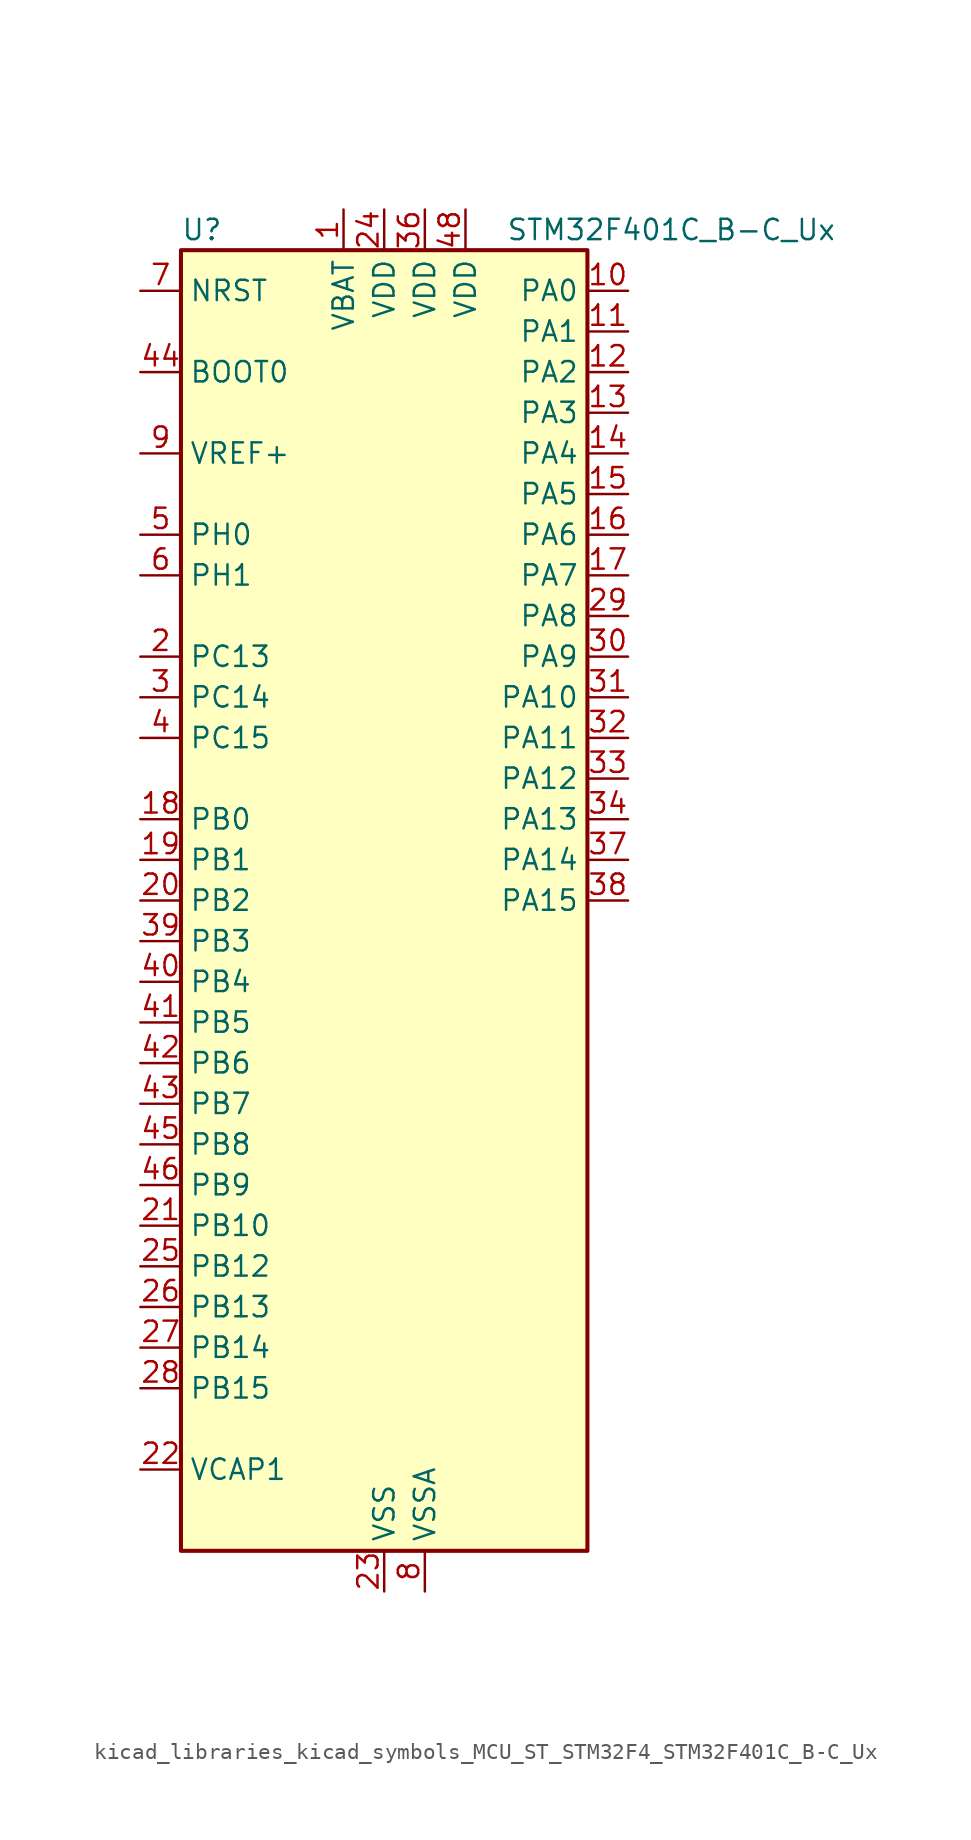
<source format=kicad_sym>
(kicad_symbol_lib
  (version 20220914)
  (generator kicad_symbol_editor)
  (symbol "kicad_libraries_kicad_symbols_MCU_ST_STM32F4_STM32F401C_B-C_Ux"
    (property "Reference" "U"
      (at -12.7 41.91 0)
      (effects (font (size 1.27 1.27)) (justify left)))
    (property "Value" "STM32F401C_B-C_Ux"
      (at 7.62 41.91 0)
      (effects (font (size 1.27 1.27)) (justify left)))
    (property "ki_locked" ""
      (at 0 0 0)
      (effects (font (size 1.27 1.27))))
    (symbol "kicad_libraries_kicad_symbols_MCU_ST_STM32F4_STM32F401C_B-C_Ux_0_1"
      (rectangle (start -12.7 -40.64) (end 12.7 40.64) (stroke (width 0.254) (type default)) (fill (type background))))
    (symbol "kicad_libraries_kicad_symbols_MCU_ST_STM32F4_STM32F401C_B-C_Ux_1_1"
      (pin power_in line (at -2.54 43.18 270) (length 2.54) (name "VBAT" (effects (font (size 1.27 1.27)))) (number "1" (effects (font (size 1.27 1.27)))))
      (pin bidirectional line (at 15.24 38.1 180) (length 2.54) (name "PA0" (effects (font (size 1.27 1.27)))) (number "10" (effects (font (size 1.27 1.27)))) (alternate "ADC1_IN0" bidirectional line) (alternate "SYS_WKUP" bidirectional line) (alternate "TIM2_CH1" bidirectional line) (alternate "TIM2_ETR" bidirectional line) (alternate "TIM5_CH1" bidirectional line) (alternate "USART2_CTS" bidirectional line))
      (pin bidirectional line (at 15.24 35.56 180) (length 2.54) (name "PA1" (effects (font (size 1.27 1.27)))) (number "11" (effects (font (size 1.27 1.27)))) (alternate "ADC1_IN1" bidirectional line) (alternate "TIM2_CH2" bidirectional line) (alternate "TIM5_CH2" bidirectional line) (alternate "USART2_RTS" bidirectional line))
      (pin bidirectional line (at 15.24 33.02 180) (length 2.54) (name "PA2" (effects (font (size 1.27 1.27)))) (number "12" (effects (font (size 1.27 1.27)))) (alternate "ADC1_IN2" bidirectional line) (alternate "TIM2_CH3" bidirectional line) (alternate "TIM5_CH3" bidirectional line) (alternate "TIM9_CH1" bidirectional line) (alternate "USART2_TX" bidirectional line))
      (pin bidirectional line (at 15.24 30.48 180) (length 2.54) (name "PA3" (effects (font (size 1.27 1.27)))) (number "13" (effects (font (size 1.27 1.27)))) (alternate "ADC1_IN3" bidirectional line) (alternate "TIM2_CH4" bidirectional line) (alternate "TIM5_CH4" bidirectional line) (alternate "TIM9_CH2" bidirectional line) (alternate "USART2_RX" bidirectional line))
      (pin bidirectional line (at 15.24 27.94 180) (length 2.54) (name "PA4" (effects (font (size 1.27 1.27)))) (number "14" (effects (font (size 1.27 1.27)))) (alternate "ADC1_IN4" bidirectional line) (alternate "I2S3_WS" bidirectional line) (alternate "SPI1_NSS" bidirectional line) (alternate "SPI3_NSS" bidirectional line) (alternate "USART2_CK" bidirectional line))
      (pin bidirectional line (at 15.24 25.4 180) (length 2.54) (name "PA5" (effects (font (size 1.27 1.27)))) (number "15" (effects (font (size 1.27 1.27)))) (alternate "ADC1_IN5" bidirectional line) (alternate "SPI1_SCK" bidirectional line) (alternate "TIM2_CH1" bidirectional line) (alternate "TIM2_ETR" bidirectional line))
      (pin bidirectional line (at 15.24 22.86 180) (length 2.54) (name "PA6" (effects (font (size 1.27 1.27)))) (number "16" (effects (font (size 1.27 1.27)))) (alternate "ADC1_IN6" bidirectional line) (alternate "SPI1_MISO" bidirectional line) (alternate "TIM1_BKIN" bidirectional line) (alternate "TIM3_CH1" bidirectional line))
      (pin bidirectional line (at 15.24 20.32 180) (length 2.54) (name "PA7" (effects (font (size 1.27 1.27)))) (number "17" (effects (font (size 1.27 1.27)))) (alternate "ADC1_IN7" bidirectional line) (alternate "SPI1_MOSI" bidirectional line) (alternate "TIM1_CH1N" bidirectional line) (alternate "TIM3_CH2" bidirectional line))
      (pin bidirectional line (at -15.24 5.08 0) (length 2.54) (name "PB0" (effects (font (size 1.27 1.27)))) (number "18" (effects (font (size 1.27 1.27)))) (alternate "ADC1_IN8" bidirectional line) (alternate "TIM1_CH2N" bidirectional line) (alternate "TIM3_CH3" bidirectional line))
      (pin bidirectional line (at -15.24 2.54 0) (length 2.54) (name "PB1" (effects (font (size 1.27 1.27)))) (number "19" (effects (font (size 1.27 1.27)))) (alternate "ADC1_IN9" bidirectional line) (alternate "TIM1_CH3N" bidirectional line) (alternate "TIM3_CH4" bidirectional line))
      (pin bidirectional line (at -15.24 15.24 0) (length 2.54) (name "PC13" (effects (font (size 1.27 1.27)))) (number "2" (effects (font (size 1.27 1.27)))) (alternate "RTC_AF1" bidirectional line))
      (pin bidirectional line (at -15.24 0 0) (length 2.54) (name "PB2" (effects (font (size 1.27 1.27)))) (number "20" (effects (font (size 1.27 1.27)))))
      (pin bidirectional line (at -15.24 -20.32 0) (length 2.54) (name "PB10" (effects (font (size 1.27 1.27)))) (number "21" (effects (font (size 1.27 1.27)))) (alternate "I2C2_SCL" bidirectional line) (alternate "I2S2_CK" bidirectional line) (alternate "SPI2_SCK" bidirectional line) (alternate "TIM2_CH3" bidirectional line))
      (pin power_out line (at -15.24 -35.56 0) (length 2.54) (name "VCAP1" (effects (font (size 1.27 1.27)))) (number "22" (effects (font (size 1.27 1.27)))))
      (pin power_in line (at 0 -43.18 90) (length 2.54) (name "VSS" (effects (font (size 1.27 1.27)))) (number "23" (effects (font (size 1.27 1.27)))))
      (pin power_in line (at 0 43.18 270) (length 2.54) (name "VDD" (effects (font (size 1.27 1.27)))) (number "24" (effects (font (size 1.27 1.27)))))
      (pin bidirectional line (at -15.24 -22.86 0) (length 2.54) (name "PB12" (effects (font (size 1.27 1.27)))) (number "25" (effects (font (size 1.27 1.27)))) (alternate "I2C2_SMBA" bidirectional line) (alternate "I2S2_WS" bidirectional line) (alternate "SPI2_NSS" bidirectional line) (alternate "TIM1_BKIN" bidirectional line))
      (pin bidirectional line (at -15.24 -25.4 0) (length 2.54) (name "PB13" (effects (font (size 1.27 1.27)))) (number "26" (effects (font (size 1.27 1.27)))) (alternate "I2S2_CK" bidirectional line) (alternate "SPI2_SCK" bidirectional line) (alternate "TIM1_CH1N" bidirectional line))
      (pin bidirectional line (at -15.24 -27.94 0) (length 2.54) (name "PB14" (effects (font (size 1.27 1.27)))) (number "27" (effects (font (size 1.27 1.27)))) (alternate "I2S2_ext_SD" bidirectional line) (alternate "SPI2_MISO" bidirectional line) (alternate "TIM1_CH2N" bidirectional line))
      (pin bidirectional line (at -15.24 -30.48 0) (length 2.54) (name "PB15" (effects (font (size 1.27 1.27)))) (number "28" (effects (font (size 1.27 1.27)))) (alternate "ADC1_EXTI15" bidirectional line) (alternate "I2S2_SD" bidirectional line) (alternate "RTC_REFIN" bidirectional line) (alternate "SPI2_MOSI" bidirectional line) (alternate "TIM1_CH3N" bidirectional line))
      (pin bidirectional line (at 15.24 17.78 180) (length 2.54) (name "PA8" (effects (font (size 1.27 1.27)))) (number "29" (effects (font (size 1.27 1.27)))) (alternate "I2C3_SCL" bidirectional line) (alternate "RCC_MCO_1" bidirectional line) (alternate "TIM1_CH1" bidirectional line) (alternate "USART1_CK" bidirectional line) (alternate "USB_OTG_FS_SOF" bidirectional line))
      (pin bidirectional line (at -15.24 12.7 0) (length 2.54) (name "PC14" (effects (font (size 1.27 1.27)))) (number "3" (effects (font (size 1.27 1.27)))) (alternate "RCC_OSC32_IN" bidirectional line))
      (pin bidirectional line (at 15.24 15.24 180) (length 2.54) (name "PA9" (effects (font (size 1.27 1.27)))) (number "30" (effects (font (size 1.27 1.27)))) (alternate "I2C3_SMBA" bidirectional line) (alternate "TIM1_CH2" bidirectional line) (alternate "USART1_TX" bidirectional line) (alternate "USB_OTG_FS_VBUS" bidirectional line))
      (pin bidirectional line (at 15.24 12.7 180) (length 2.54) (name "PA10" (effects (font (size 1.27 1.27)))) (number "31" (effects (font (size 1.27 1.27)))) (alternate "TIM1_CH3" bidirectional line) (alternate "USART1_RX" bidirectional line) (alternate "USB_OTG_FS_ID" bidirectional line))
      (pin bidirectional line (at 15.24 10.16 180) (length 2.54) (name "PA11" (effects (font (size 1.27 1.27)))) (number "32" (effects (font (size 1.27 1.27)))) (alternate "ADC1_EXTI11" bidirectional line) (alternate "TIM1_CH4" bidirectional line) (alternate "USART1_CTS" bidirectional line) (alternate "USART6_TX" bidirectional line) (alternate "USB_OTG_FS_DM" bidirectional line))
      (pin bidirectional line (at 15.24 7.62 180) (length 2.54) (name "PA12" (effects (font (size 1.27 1.27)))) (number "33" (effects (font (size 1.27 1.27)))) (alternate "TIM1_ETR" bidirectional line) (alternate "USART1_RTS" bidirectional line) (alternate "USART6_RX" bidirectional line) (alternate "USB_OTG_FS_DP" bidirectional line))
      (pin bidirectional line (at 15.24 5.08 180) (length 2.54) (name "PA13" (effects (font (size 1.27 1.27)))) (number "34" (effects (font (size 1.27 1.27)))) (alternate "SYS_JTMS-SWDIO" bidirectional line))
      (pin passive line (at 0 -43.18 90) (length 2.54) hide (name "VSS" (effects (font (size 1.27 1.27)))) (number "35" (effects (font (size 1.27 1.27)))))
      (pin power_in line (at 2.54 43.18 270) (length 2.54) (name "VDD" (effects (font (size 1.27 1.27)))) (number "36" (effects (font (size 1.27 1.27)))))
      (pin bidirectional line (at 15.24 2.54 180) (length 2.54) (name "PA14" (effects (font (size 1.27 1.27)))) (number "37" (effects (font (size 1.27 1.27)))) (alternate "SYS_JTCK-SWCLK" bidirectional line))
      (pin bidirectional line (at 15.24 0 180) (length 2.54) (name "PA15" (effects (font (size 1.27 1.27)))) (number "38" (effects (font (size 1.27 1.27)))) (alternate "ADC1_EXTI15" bidirectional line) (alternate "I2S3_WS" bidirectional line) (alternate "SPI1_NSS" bidirectional line) (alternate "SPI3_NSS" bidirectional line) (alternate "SYS_JTDI" bidirectional line) (alternate "TIM2_CH1" bidirectional line) (alternate "TIM2_ETR" bidirectional line))
      (pin bidirectional line (at -15.24 -2.54 0) (length 2.54) (name "PB3" (effects (font (size 1.27 1.27)))) (number "39" (effects (font (size 1.27 1.27)))) (alternate "I2C2_SDA" bidirectional line) (alternate "I2S3_CK" bidirectional line) (alternate "SPI1_SCK" bidirectional line) (alternate "SPI3_SCK" bidirectional line) (alternate "SYS_JTDO-SWO" bidirectional line) (alternate "TIM2_CH2" bidirectional line))
      (pin bidirectional line (at -15.24 10.16 0) (length 2.54) (name "PC15" (effects (font (size 1.27 1.27)))) (number "4" (effects (font (size 1.27 1.27)))) (alternate "ADC1_EXTI15" bidirectional line) (alternate "RCC_OSC32_OUT" bidirectional line))
      (pin bidirectional line (at -15.24 -5.08 0) (length 2.54) (name "PB4" (effects (font (size 1.27 1.27)))) (number "40" (effects (font (size 1.27 1.27)))) (alternate "I2C3_SDA" bidirectional line) (alternate "I2S3_ext_SD" bidirectional line) (alternate "SPI1_MISO" bidirectional line) (alternate "SPI3_MISO" bidirectional line) (alternate "SYS_JTRST" bidirectional line) (alternate "TIM3_CH1" bidirectional line))
      (pin bidirectional line (at -15.24 -7.62 0) (length 2.54) (name "PB5" (effects (font (size 1.27 1.27)))) (number "41" (effects (font (size 1.27 1.27)))) (alternate "I2C1_SMBA" bidirectional line) (alternate "I2S3_SD" bidirectional line) (alternate "SPI1_MOSI" bidirectional line) (alternate "SPI3_MOSI" bidirectional line) (alternate "TIM3_CH2" bidirectional line))
      (pin bidirectional line (at -15.24 -10.16 0) (length 2.54) (name "PB6" (effects (font (size 1.27 1.27)))) (number "42" (effects (font (size 1.27 1.27)))) (alternate "I2C1_SCL" bidirectional line) (alternate "TIM4_CH1" bidirectional line) (alternate "USART1_TX" bidirectional line))
      (pin bidirectional line (at -15.24 -12.7 0) (length 2.54) (name "PB7" (effects (font (size 1.27 1.27)))) (number "43" (effects (font (size 1.27 1.27)))) (alternate "I2C1_SDA" bidirectional line) (alternate "TIM4_CH2" bidirectional line) (alternate "USART1_RX" bidirectional line))
      (pin input line (at -15.24 33.02 0) (length 2.54) (name "BOOT0" (effects (font (size 1.27 1.27)))) (number "44" (effects (font (size 1.27 1.27)))))
      (pin bidirectional line (at -15.24 -15.24 0) (length 2.54) (name "PB8" (effects (font (size 1.27 1.27)))) (number "45" (effects (font (size 1.27 1.27)))) (alternate "I2C1_SCL" bidirectional line) (alternate "TIM10_CH1" bidirectional line) (alternate "TIM4_CH3" bidirectional line))
      (pin bidirectional line (at -15.24 -17.78 0) (length 2.54) (name "PB9" (effects (font (size 1.27 1.27)))) (number "46" (effects (font (size 1.27 1.27)))) (alternate "I2C1_SDA" bidirectional line) (alternate "I2S2_WS" bidirectional line) (alternate "SPI2_NSS" bidirectional line) (alternate "TIM11_CH1" bidirectional line) (alternate "TIM4_CH4" bidirectional line))
      (pin passive line (at 0 -43.18 90) (length 2.54) hide (name "VSS" (effects (font (size 1.27 1.27)))) (number "47" (effects (font (size 1.27 1.27)))))
      (pin power_in line (at 5.08 43.18 270) (length 2.54) (name "VDD" (effects (font (size 1.27 1.27)))) (number "48" (effects (font (size 1.27 1.27)))))
      (pin passive line (at 0 -43.18 90) (length 2.54) hide (name "VSS" (effects (font (size 1.27 1.27)))) (number "49" (effects (font (size 1.27 1.27)))))
      (pin bidirectional line (at -15.24 22.86 0) (length 2.54) (name "PH0" (effects (font (size 1.27 1.27)))) (number "5" (effects (font (size 1.27 1.27)))) (alternate "RCC_OSC_IN" bidirectional line))
      (pin bidirectional line (at -15.24 20.32 0) (length 2.54) (name "PH1" (effects (font (size 1.27 1.27)))) (number "6" (effects (font (size 1.27 1.27)))) (alternate "RCC_OSC_OUT" bidirectional line))
      (pin input line (at -15.24 38.1 0) (length 2.54) (name "NRST" (effects (font (size 1.27 1.27)))) (number "7" (effects (font (size 1.27 1.27)))))
      (pin power_in line (at 2.54 -43.18 90) (length 2.54) (name "VSSA" (effects (font (size 1.27 1.27)))) (number "8" (effects (font (size 1.27 1.27)))))
      (pin input line (at -15.24 27.94 0) (length 2.54) (name "VREF+" (effects (font (size 1.27 1.27)))) (number "9" (effects (font (size 1.27 1.27))))))))
</source>
